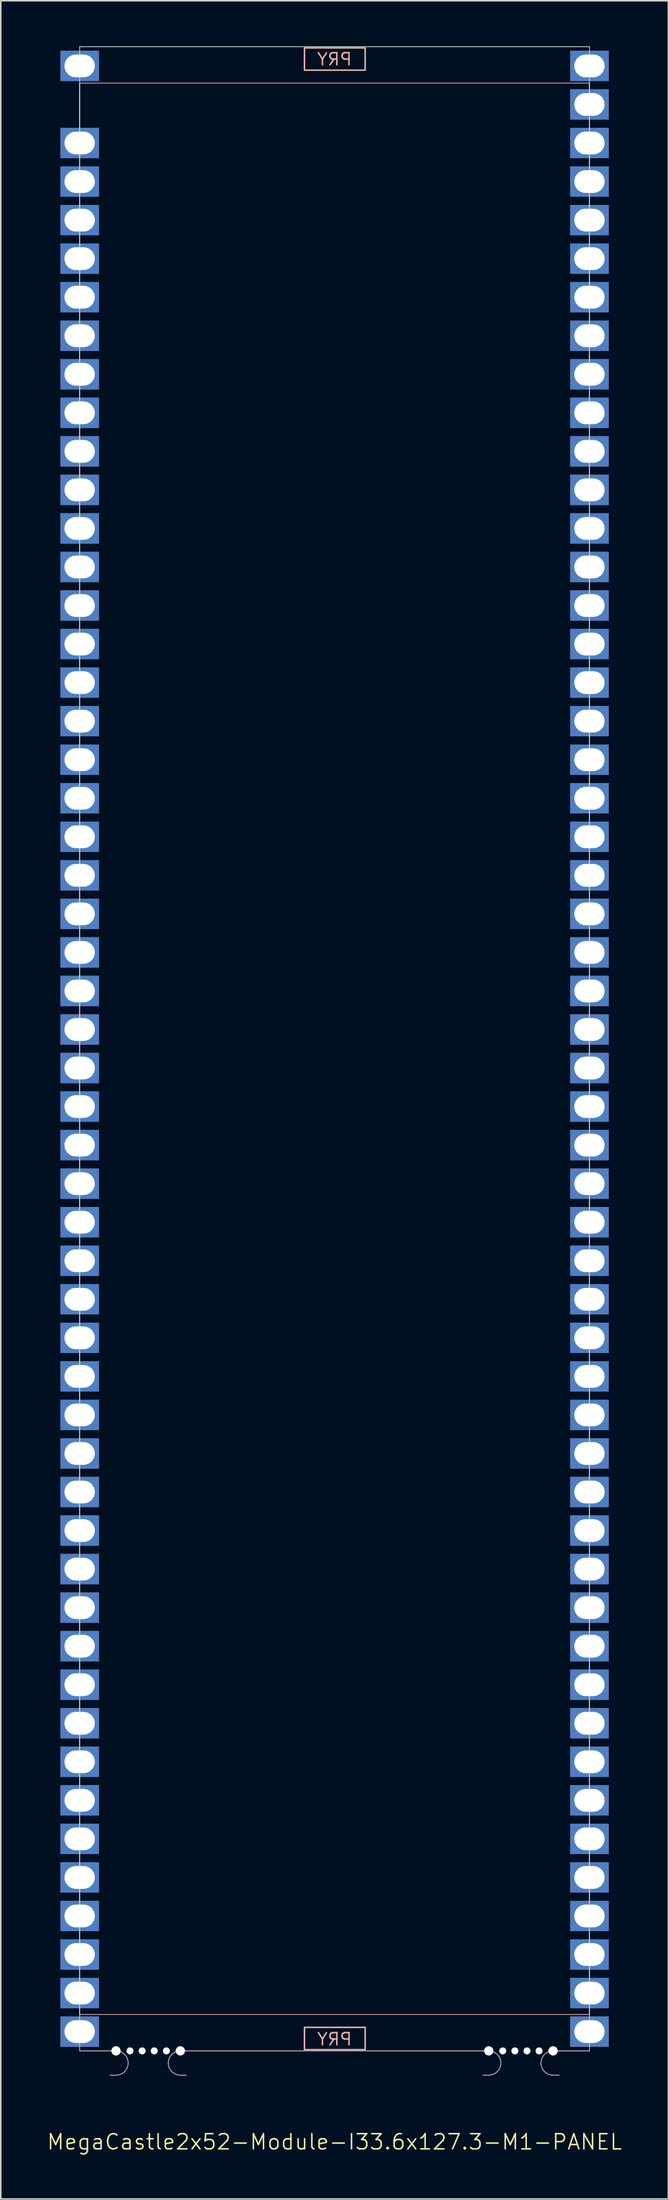
<source format=kicad_pcb>
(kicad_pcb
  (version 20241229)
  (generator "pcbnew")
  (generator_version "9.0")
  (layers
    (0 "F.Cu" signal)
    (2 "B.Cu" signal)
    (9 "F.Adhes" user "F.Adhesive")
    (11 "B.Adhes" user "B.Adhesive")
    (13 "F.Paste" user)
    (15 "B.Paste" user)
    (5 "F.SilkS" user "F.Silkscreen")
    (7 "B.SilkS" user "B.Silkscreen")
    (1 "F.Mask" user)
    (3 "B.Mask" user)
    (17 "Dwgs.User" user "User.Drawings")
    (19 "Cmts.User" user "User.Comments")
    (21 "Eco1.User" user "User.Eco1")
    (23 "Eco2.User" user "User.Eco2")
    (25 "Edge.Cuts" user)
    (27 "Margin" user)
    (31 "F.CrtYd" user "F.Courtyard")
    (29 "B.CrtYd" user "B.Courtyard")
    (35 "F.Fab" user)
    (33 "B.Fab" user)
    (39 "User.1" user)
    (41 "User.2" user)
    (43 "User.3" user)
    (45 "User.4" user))
  (footprint "MegaCastle2x52-Module-I33.6x127.3-M1-PANEL"
    (layer "F.Cu")
    (at 19.026 66.065)
    (property "Reference" "MegaCastle2x52-Module-I33.6x127.3-M1-PANEL" (at 0 72.04 0) (unlocked yes) (layer "F.SilkS") (effects (font (size 1 1) (thickness 0.1))))
    (attr smd)
    (fp_rect (start -16.82 63.64) (end 16.82 -63.64) (stroke (width 0.05) (type default)) (fill no) (layer "B.SilkS"))
    (fp_rect (start -1.984 -64.491) (end 2.02 -65.96) (stroke (width 0.1) (type default)) (fill no) (layer "B.SilkS"))
    (fp_rect (start -1.984 64.491) (end 2.02 65.96) (stroke (width 0.1) (type default)) (fill no) (layer "B.SilkS"))
    (fp_line (start -16.82 -66.04) (end -16.82 66.04) (stroke (width 0.05) (type default)) (layer "Edge.Cuts"))
    (fp_line (start -16.82 -66.04) (end 16.82 -66.04) (stroke (width 0.05) (type default)) (layer "Edge.Cuts"))
    (fp_line (start -16.82 66.04) (end -14.82 66.04) (stroke (width 0.05) (type default)) (layer "Edge.Cuts"))
    (fp_line (start -14.82 66.04) (end -14.42 66.04) (stroke (width 0.05) (type default)) (layer "Edge.Cuts"))
    (fp_line (start -14.82 67.64) (end -14.42 67.64) (stroke (width 0.05) (type default)) (layer "Edge.Cuts"))
    (fp_line (start -9.775 66.04) (end -10.175 66.04) (stroke (width 0.05) (type default)) (layer "Edge.Cuts"))
    (fp_line (start -9.775 66.04) (end 9.775 66.04) (stroke (width 0.05) (type default)) (layer "Edge.Cuts"))
    (fp_line (start -9.775 67.64) (end -10.175 67.64) (stroke (width 0.05) (type default)) (layer "Edge.Cuts"))
    (fp_line (start 9.775 66.04) (end 10.175 66.04) (stroke (width 0.05) (type default)) (layer "Edge.Cuts"))
    (fp_line (start 9.775 67.64) (end 10.175 67.64) (stroke (width 0.05) (type default)) (layer "Edge.Cuts"))
    (fp_line (start 14.82 66.04) (end 14.42 66.04) (stroke (width 0.05) (type default)) (layer "Edge.Cuts"))
    (fp_line (start 14.82 66.04) (end 16.82 66.04) (stroke (width 0.05) (type default)) (layer "Edge.Cuts"))
    (fp_line (start 14.82 67.64) (end 14.42 67.64) (stroke (width 0.05) (type default)) (layer "Edge.Cuts"))
    (fp_line (start 16.82 -66.04) (end 16.82 66.04) (stroke (width 0.05) (type default)) (layer "Edge.Cuts"))
    (fp_arc (start -14.42 66.040001) (mid -13.62 66.839996) (end -14.42 67.639999) (stroke (width 0.05) (type default)) (layer "Edge.Cuts"))
    (fp_arc (start -10.174999 67.639999) (mid -10.974999 66.84) (end -10.174999 66.040001) (stroke (width 0.05) (type default)) (layer "Edge.Cuts"))
    (fp_arc (start 10.174999 66.040001) (mid 10.974999 66.839996) (end 10.174999 67.639999) (stroke (width 0.05) (type default)) (layer "Edge.Cuts"))
    (fp_arc (start 14.42 67.639999) (mid 13.620001 66.84) (end 14.42 66.040001) (stroke (width 0.05) (type default)) (layer "Edge.Cuts"))
    (fp_text user "PRY" (at 0 -64.74 0) (unlocked yes) (layer "B.SilkS") (effects (font (size 0.8 0.8) (thickness 0.1)) (justify bottom mirror)))
    (fp_text user "PRY" (at 0 65.74 0) (unlocked yes) (layer "B.SilkS") (effects (font (size 0.8 0.8) (thickness 0.1)) (justify bottom mirror)))
    (pad "" np_thru_hole circle (at -14.42 66.04) (size 0.6 0.6) (drill 0.6) (layers "*.Cu" "Edge.Cuts"))
    (pad "" np_thru_hole circle (at -13.497 66.04) (size 0.45 0.45) (drill 0.45) (layers "*.Cu" "Edge.Cuts"))
    (pad "" np_thru_hole circle (at -12.697 66.04) (size 0.45 0.45) (drill 0.45) (layers "*.Cu" "Edge.Cuts"))
    (pad "" np_thru_hole circle (at -11.898 66.04) (size 0.45 0.45) (drill 0.45) (layers "*.Cu" "Edge.Cuts"))
    (pad "" np_thru_hole circle (at -11.098 66.04) (size 0.45 0.45) (drill 0.45) (layers "*.Cu" "Edge.Cuts"))
    (pad "" np_thru_hole circle (at -10.175 66.04) (size 0.6 0.6) (drill 0.6) (layers "*.Cu" "Edge.Cuts"))
    (pad "" np_thru_hole circle (at 10.175 66.04) (size 0.6 0.6) (drill 0.6) (layers "*.Cu" "Edge.Cuts"))
    (pad "" np_thru_hole circle (at 11.098 66.04) (size 0.45 0.45) (drill 0.45) (layers "*.Cu" "Edge.Cuts"))
    (pad "" np_thru_hole circle (at 11.897 66.04) (size 0.45 0.45) (drill 0.45) (layers "*.Cu" "Edge.Cuts"))
    (pad "" np_thru_hole circle (at 12.697 66.04) (size 0.45 0.45) (drill 0.45) (layers "*.Cu" "Edge.Cuts"))
    (pad "" np_thru_hole circle (at 13.497 66.04) (size 0.45 0.45) (drill 0.45) (layers "*.Cu" "Edge.Cuts"))
    (pad "" np_thru_hole circle (at 14.42 66.04) (size 0.6 0.6) (drill 0.6) (layers "*.Cu" "Edge.Cuts"))
    (pad "1" thru_hole rect (at -16.82 -64.77) (size 2.54 2) (drill oval 2 1.5) (property pad_prop_castellated) (layers "*.Cu" "*.Mask"))
    (pad "3" thru_hole rect (at -16.82 -59.69) (size 2.54 2) (drill oval 2 1.5) (property pad_prop_castellated) (layers "*.Cu" "*.Mask"))
    (pad "4" thru_hole rect (at -16.82 -57.15) (size 2.54 2) (drill oval 2 1.5) (property pad_prop_castellated) (layers "*.Cu" "*.Mask"))
    (pad "5" thru_hole rect (at -16.82 -54.61) (size 2.54 2) (drill oval 2 1.5) (property pad_prop_castellated) (layers "*.Cu" "*.Mask"))
    (pad "6" thru_hole rect (at -16.82 -52.07) (size 2.54 2) (drill oval 2 1.5) (property pad_prop_castellated) (layers "*.Cu" "*.Mask"))
    (pad "7" thru_hole rect (at -16.82 -49.53) (size 2.54 2) (drill oval 2 1.5) (property pad_prop_castellated) (layers "*.Cu" "*.Mask"))
    (pad "8" thru_hole rect (at -16.82 -46.99) (size 2.54 2) (drill oval 2 1.5) (property pad_prop_castellated) (layers "*.Cu" "*.Mask"))
    (pad "9" thru_hole rect (at -16.82 -44.45) (size 2.54 2) (drill oval 2 1.5) (property pad_prop_castellated) (layers "*.Cu" "*.Mask"))
    (pad "10" thru_hole rect (at -16.82 -41.91) (size 2.54 2) (drill oval 2 1.5) (property pad_prop_castellated) (layers "*.Cu" "*.Mask"))
    (pad "11" thru_hole rect (at -16.82 -39.37) (size 2.54 2) (drill oval 2 1.5) (property pad_prop_castellated) (layers "*.Cu" "*.Mask"))
    (pad "12" thru_hole rect (at -16.82 -36.83) (size 2.54 2) (drill oval 2 1.5) (property pad_prop_castellated) (layers "*.Cu" "*.Mask"))
    (pad "13" thru_hole rect (at -16.82 -34.29) (size 2.54 2) (drill oval 2 1.5) (property pad_prop_castellated) (layers "*.Cu" "*.Mask"))
    (pad "14" thru_hole rect (at -16.82 -31.75) (size 2.54 2) (drill oval 2 1.5) (property pad_prop_castellated) (layers "*.Cu" "*.Mask"))
    (pad "15" thru_hole rect (at -16.82 -29.21) (size 2.54 2) (drill oval 2 1.5) (property pad_prop_castellated) (layers "*.Cu" "*.Mask"))
    (pad "16" thru_hole rect (at -16.82 -26.67) (size 2.54 2) (drill oval 2 1.5) (property pad_prop_castellated) (layers "*.Cu" "*.Mask"))
    (pad "17" thru_hole rect (at -16.82 -24.13) (size 2.54 2) (drill oval 2 1.5) (property pad_prop_castellated) (layers "*.Cu" "*.Mask"))
    (pad "18" thru_hole rect (at -16.82 -21.59) (size 2.54 2) (drill oval 2 1.5) (property pad_prop_castellated) (layers "*.Cu" "*.Mask"))
    (pad "19" thru_hole rect (at -16.82 -19.05) (size 2.54 2) (drill oval 2 1.5) (property pad_prop_castellated) (layers "*.Cu" "*.Mask"))
    (pad "20" thru_hole rect (at -16.82 -16.51) (size 2.54 2) (drill oval 2 1.5) (property pad_prop_castellated) (layers "*.Cu" "*.Mask"))
    (pad "21" thru_hole rect (at -16.82 -13.97) (size 2.54 2) (drill oval 2 1.5) (property pad_prop_castellated) (layers "*.Cu" "*.Mask"))
    (pad "22" thru_hole rect (at -16.82 -11.43) (size 2.54 2) (drill oval 2 1.5) (property pad_prop_castellated) (layers "*.Cu" "*.Mask"))
    (pad "23" thru_hole rect (at -16.82 -8.89) (size 2.54 2) (drill oval 2 1.5) (property pad_prop_castellated) (layers "*.Cu" "*.Mask"))
    (pad "24" thru_hole rect (at -16.82 -6.35) (size 2.54 2) (drill oval 2 1.5) (property pad_prop_castellated) (layers "*.Cu" "*.Mask"))
    (pad "25" thru_hole rect (at -16.82 -3.81) (size 2.54 2) (drill oval 2 1.5) (property pad_prop_castellated) (layers "*.Cu" "*.Mask"))
    (pad "26" thru_hole rect (at -16.82 -1.27) (size 2.54 2) (drill oval 2 1.5) (property pad_prop_castellated) (layers "*.Cu" "*.Mask"))
    (pad "27" thru_hole rect (at -16.82 1.27) (size 2.54 2) (drill oval 2 1.5) (property pad_prop_castellated) (layers "*.Cu" "*.Mask"))
    (pad "28" thru_hole rect (at -16.82 3.81) (size 2.54 2) (drill oval 2 1.5) (property pad_prop_castellated) (layers "*.Cu" "*.Mask"))
    (pad "29" thru_hole rect (at -16.82 6.35) (size 2.54 2) (drill oval 2 1.5) (property pad_prop_castellated) (layers "*.Cu" "*.Mask"))
    (pad "30" thru_hole rect (at -16.82 8.89) (size 2.54 2) (drill oval 2 1.5) (property pad_prop_castellated) (layers "*.Cu" "*.Mask"))
    (pad "31" thru_hole rect (at -16.82 11.43) (size 2.54 2) (drill oval 2 1.5) (property pad_prop_castellated) (layers "*.Cu" "*.Mask"))
    (pad "32" thru_hole rect (at -16.82 13.97) (size 2.54 2) (drill oval 2 1.5) (property pad_prop_castellated) (layers "*.Cu" "*.Mask"))
    (pad "33" thru_hole rect (at -16.82 16.51) (size 2.54 2) (drill oval 2 1.5) (property pad_prop_castellated) (layers "*.Cu" "*.Mask"))
    (pad "34" thru_hole rect (at -16.82 19.05) (size 2.54 2) (drill oval 2 1.5) (property pad_prop_castellated) (layers "*.Cu" "*.Mask"))
    (pad "35" thru_hole rect (at -16.82 21.59) (size 2.54 2) (drill oval 2 1.5) (property pad_prop_castellated) (layers "*.Cu" "*.Mask"))
    (pad "36" thru_hole rect (at -16.82 24.13) (size 2.54 2) (drill oval 2 1.5) (property pad_prop_castellated) (layers "*.Cu" "*.Mask"))
    (pad "37" thru_hole rect (at -16.82 26.67) (size 2.54 2) (drill oval 2 1.5) (property pad_prop_castellated) (layers "*.Cu" "*.Mask"))
    (pad "38" thru_hole rect (at -16.82 29.21) (size 2.54 2) (drill oval 2 1.5) (property pad_prop_castellated) (layers "*.Cu" "*.Mask"))
    (pad "39" thru_hole rect (at -16.82 31.75) (size 2.54 2) (drill oval 2 1.5) (property pad_prop_castellated) (layers "*.Cu" "*.Mask"))
    (pad "40" thru_hole rect (at -16.82 34.29) (size 2.54 2) (drill oval 2 1.5) (property pad_prop_castellated) (layers "*.Cu" "*.Mask"))
    (pad "41" thru_hole rect (at -16.82 36.83) (size 2.54 2) (drill oval 2 1.5) (property pad_prop_castellated) (layers "*.Cu" "*.Mask"))
    (pad "42" thru_hole rect (at -16.82 39.37) (size 2.54 2) (drill oval 2 1.5) (property pad_prop_castellated) (layers "*.Cu" "*.Mask"))
    (pad "43" thru_hole rect (at -16.82 41.91) (size 2.54 2) (drill oval 2 1.5) (property pad_prop_castellated) (layers "*.Cu" "*.Mask"))
    (pad "44" thru_hole rect (at -16.82 44.45) (size 2.54 2) (drill oval 2 1.5) (property pad_prop_castellated) (layers "*.Cu" "*.Mask"))
    (pad "45" thru_hole rect (at -16.82 46.99) (size 2.54 2) (drill oval 2 1.5) (property pad_prop_castellated) (layers "*.Cu" "*.Mask"))
    (pad "46" thru_hole rect (at -16.82 49.53) (size 2.54 2) (drill oval 2 1.5) (property pad_prop_castellated) (layers "*.Cu" "*.Mask"))
    (pad "47" thru_hole rect (at -16.82 52.07) (size 2.54 2) (drill oval 2 1.5) (property pad_prop_castellated) (layers "*.Cu" "*.Mask"))
    (pad "48" thru_hole rect (at -16.82 54.61) (size 2.54 2) (drill oval 2 1.5) (property pad_prop_castellated) (layers "*.Cu" "*.Mask"))
    (pad "49" thru_hole rect (at -16.82 57.15) (size 2.54 2) (drill oval 2 1.5) (property pad_prop_castellated) (layers "*.Cu" "*.Mask"))
    (pad "50" thru_hole rect (at -16.82 59.69) (size 2.54 2) (drill oval 2 1.5) (property pad_prop_castellated) (layers "*.Cu" "*.Mask"))
    (pad "51" thru_hole rect (at -16.82 62.23) (size 2.54 2) (drill oval 2 1.5) (property pad_prop_castellated) (layers "*.Cu" "*.Mask"))
    (pad "52" thru_hole rect (at -16.82 64.77) (size 2.54 2) (drill oval 2 1.5) (property pad_prop_castellated) (layers "*.Cu" "*.Mask"))
    (pad "53" thru_hole rect (at 16.82 -64.77) (size 2.54 2) (drill oval 2 1.5) (property pad_prop_castellated) (layers "*.Cu" "*.Mask"))
    (pad "54" thru_hole rect (at 16.82 -62.23) (size 2.54 2) (drill oval 2 1.5) (property pad_prop_castellated) (layers "*.Cu" "*.Mask"))
    (pad "55" thru_hole rect (at 16.82 -59.69) (size 2.54 2) (drill oval 2 1.5) (property pad_prop_castellated) (layers "*.Cu" "*.Mask"))
    (pad "56" thru_hole rect (at 16.82 -57.15) (size 2.54 2) (drill oval 2 1.5) (property pad_prop_castellated) (layers "*.Cu" "*.Mask"))
    (pad "57" thru_hole rect (at 16.82 -54.61) (size 2.54 2) (drill oval 2 1.5) (property pad_prop_castellated) (layers "*.Cu" "*.Mask"))
    (pad "58" thru_hole rect (at 16.82 -52.07) (size 2.54 2) (drill oval 2 1.5) (property pad_prop_castellated) (layers "*.Cu" "*.Mask"))
    (pad "59" thru_hole rect (at 16.82 -49.53) (size 2.54 2) (drill oval 2 1.5) (property pad_prop_castellated) (layers "*.Cu" "*.Mask"))
    (pad "60" thru_hole rect (at 16.82 -46.99) (size 2.54 2) (drill oval 2 1.5) (property pad_prop_castellated) (layers "*.Cu" "*.Mask"))
    (pad "61" thru_hole rect (at 16.82 -44.45) (size 2.54 2) (drill oval 2 1.5) (property pad_prop_castellated) (layers "*.Cu" "*.Mask"))
    (pad "62" thru_hole rect (at 16.82 -41.91) (size 2.54 2) (drill oval 2 1.5) (property pad_prop_castellated) (layers "*.Cu" "*.Mask"))
    (pad "63" thru_hole rect (at 16.82 -39.37) (size 2.54 2) (drill oval 2 1.5) (property pad_prop_castellated) (layers "*.Cu" "*.Mask"))
    (pad "64" thru_hole rect (at 16.82 -36.83) (size 2.54 2) (drill oval 2 1.5) (property pad_prop_castellated) (layers "*.Cu" "*.Mask"))
    (pad "65" thru_hole rect (at 16.82 -34.29) (size 2.54 2) (drill oval 2 1.5) (property pad_prop_castellated) (layers "*.Cu" "*.Mask"))
    (pad "66" thru_hole rect (at 16.82 -31.75) (size 2.54 2) (drill oval 2 1.5) (property pad_prop_castellated) (layers "*.Cu" "*.Mask"))
    (pad "67" thru_hole rect (at 16.82 -29.21) (size 2.54 2) (drill oval 2 1.5) (property pad_prop_castellated) (layers "*.Cu" "*.Mask"))
    (pad "68" thru_hole rect (at 16.82 -26.67) (size 2.54 2) (drill oval 2 1.5) (property pad_prop_castellated) (layers "*.Cu" "*.Mask"))
    (pad "69" thru_hole rect (at 16.82 -24.13) (size 2.54 2) (drill oval 2 1.5) (property pad_prop_castellated) (layers "*.Cu" "*.Mask"))
    (pad "70" thru_hole rect (at 16.82 -21.59) (size 2.54 2) (drill oval 2 1.5) (property pad_prop_castellated) (layers "*.Cu" "*.Mask"))
    (pad "71" thru_hole rect (at 16.82 -19.05) (size 2.54 2) (drill oval 2 1.5) (property pad_prop_castellated) (layers "*.Cu" "*.Mask"))
    (pad "72" thru_hole rect (at 16.82 -16.51) (size 2.54 2) (drill oval 2 1.5) (property pad_prop_castellated) (layers "*.Cu" "*.Mask"))
    (pad "73" thru_hole rect (at 16.82 -13.97) (size 2.54 2) (drill oval 2 1.5) (property pad_prop_castellated) (layers "*.Cu" "*.Mask"))
    (pad "74" thru_hole rect (at 16.82 -11.43) (size 2.54 2) (drill oval 2 1.5) (property pad_prop_castellated) (layers "*.Cu" "*.Mask"))
    (pad "75" thru_hole rect (at 16.82 -8.89) (size 2.54 2) (drill oval 2 1.5) (property pad_prop_castellated) (layers "*.Cu" "*.Mask"))
    (pad "76" thru_hole rect (at 16.82 -6.35) (size 2.54 2) (drill oval 2 1.5) (property pad_prop_castellated) (layers "*.Cu" "*.Mask"))
    (pad "77" thru_hole rect (at 16.82 -3.81) (size 2.54 2) (drill oval 2 1.5) (property pad_prop_castellated) (layers "*.Cu" "*.Mask"))
    (pad "78" thru_hole rect (at 16.82 -1.27) (size 2.54 2) (drill oval 2 1.5) (property pad_prop_castellated) (layers "*.Cu" "*.Mask"))
    (pad "79" thru_hole rect (at 16.82 1.27) (size 2.54 2) (drill oval 2 1.5) (property pad_prop_castellated) (layers "*.Cu" "*.Mask"))
    (pad "80" thru_hole rect (at 16.82 3.81) (size 2.54 2) (drill oval 2 1.5) (property pad_prop_castellated) (layers "*.Cu" "*.Mask"))
    (pad "81" thru_hole rect (at 16.82 6.35) (size 2.54 2) (drill oval 2 1.5) (property pad_prop_castellated) (layers "*.Cu" "*.Mask"))
    (pad "82" thru_hole rect (at 16.82 8.89) (size 2.54 2) (drill oval 2 1.5) (property pad_prop_castellated) (layers "*.Cu" "*.Mask"))
    (pad "83" thru_hole rect (at 16.82 11.43) (size 2.54 2) (drill oval 2 1.5) (property pad_prop_castellated) (layers "*.Cu" "*.Mask"))
    (pad "84" thru_hole rect (at 16.82 13.97) (size 2.54 2) (drill oval 2 1.5) (property pad_prop_castellated) (layers "*.Cu" "*.Mask"))
    (pad "85" thru_hole rect (at 16.82 16.51) (size 2.54 2) (drill oval 2 1.5) (property pad_prop_castellated) (layers "*.Cu" "*.Mask"))
    (pad "86" thru_hole rect (at 16.82 19.05) (size 2.54 2) (drill oval 2 1.5) (property pad_prop_castellated) (layers "*.Cu" "*.Mask"))
    (pad "87" thru_hole rect (at 16.82 21.59) (size 2.54 2) (drill oval 2 1.5) (property pad_prop_castellated) (layers "*.Cu" "*.Mask"))
    (pad "88" thru_hole rect (at 16.82 24.13) (size 2.54 2) (drill oval 2 1.5) (property pad_prop_castellated) (layers "*.Cu" "*.Mask"))
    (pad "89" thru_hole rect (at 16.82 26.67) (size 2.54 2) (drill oval 2 1.5) (property pad_prop_castellated) (layers "*.Cu" "*.Mask"))
    (pad "90" thru_hole rect (at 16.82 29.21) (size 2.54 2) (drill oval 2 1.5) (property pad_prop_castellated) (layers "*.Cu" "*.Mask"))
    (pad "91" thru_hole rect (at 16.82 31.75) (size 2.54 2) (drill oval 2 1.5) (property pad_prop_castellated) (layers "*.Cu" "*.Mask"))
    (pad "92" thru_hole rect (at 16.82 34.29) (size 2.54 2) (drill oval 2 1.5) (property pad_prop_castellated) (layers "*.Cu" "*.Mask"))
    (pad "93" thru_hole rect (at 16.82 36.83) (size 2.54 2) (drill oval 2 1.5) (property pad_prop_castellated) (layers "*.Cu" "*.Mask"))
    (pad "94" thru_hole rect (at 16.82 39.37) (size 2.54 2) (drill oval 2 1.5) (property pad_prop_castellated) (layers "*.Cu" "*.Mask"))
    (pad "95" thru_hole rect (at 16.82 41.91) (size 2.54 2) (drill oval 2 1.5) (property pad_prop_castellated) (layers "*.Cu" "*.Mask"))
    (pad "96" thru_hole rect (at 16.82 44.45) (size 2.54 2) (drill oval 2 1.5) (property pad_prop_castellated) (layers "*.Cu" "*.Mask"))
    (pad "97" thru_hole rect (at 16.82 46.99) (size 2.54 2) (drill oval 2 1.5) (property pad_prop_castellated) (layers "*.Cu" "*.Mask"))
    (pad "98" thru_hole rect (at 16.82 49.53) (size 2.54 2) (drill oval 2 1.5) (property pad_prop_castellated) (layers "*.Cu" "*.Mask"))
    (pad "99" thru_hole rect (at 16.82 52.07) (size 2.54 2) (drill oval 2 1.5) (property pad_prop_castellated) (layers "*.Cu" "*.Mask"))
    (pad "100" thru_hole rect (at 16.82 54.61) (size 2.54 2) (drill oval 2 1.5) (property pad_prop_castellated) (layers "*.Cu" "*.Mask"))
    (pad "101" thru_hole rect (at 16.82 57.15) (size 2.54 2) (drill oval 2 1.5) (property pad_prop_castellated) (layers "*.Cu" "*.Mask"))
    (pad "102" thru_hole rect (at 16.82 59.69) (size 2.54 2) (drill oval 2 1.5) (property pad_prop_castellated) (layers "*.Cu" "*.Mask"))
    (pad "103" thru_hole rect (at 16.82 62.23) (size 2.54 2) (drill oval 2 1.5) (property pad_prop_castellated) (layers "*.Cu" "*.Mask"))
    (pad "104" thru_hole rect (at 16.82 64.77) (size 2.54 2) (drill oval 2 1.5) (property pad_prop_castellated) (layers "*.Cu" "*.Mask"))
    (zone (net_name "") (layer "B.Cu") (hatch edge 0.5) (connect_pads) (min_thickness 0.25) (filled_areas_thickness no) (keepout (tracks allowed) (vias allowed) (pads allowed) (copperpour allowed) (footprints not_allowed)) (placement (enabled no)) (fill) (polygon (pts (xy 2.206 132.105) (xy 2.206 0.025))))
    (zone (net_name "") (layer "B.Cu") (hatch edge 0.5) (connect_pads) (min_thickness 0.25) (filled_areas_thickness no) (keepout (tracks allowed) (vias allowed) (pads allowed) (copperpour allowed) (footprints not_allowed)) (placement (enabled no)) (fill) (polygon (pts (xy 35.846 132.105) (xy 35.846 0.025))))
    (zone (net_name "") (layer "B.Cu") (hatch edge 0.5) (connect_pads) (min_thickness 0.25) (filled_areas_thickness no) (keepout (tracks allowed) (vias allowed) (pads allowed) (copperpour allowed) (footprints not_allowed)) (placement (enabled no)) (fill) (polygon (pts (xy 2.206 0.025) (xy 2.206 2.425) (xy 35.846 2.425) (xy 35.846 0.025))))
    (zone (net_name "") (layer "B.Cu") (hatch edge 0.5) (connect_pads) (min_thickness 0.25) (filled_areas_thickness no) (keepout (tracks allowed) (vias allowed) (pads allowed) (copperpour allowed) (footprints not_allowed)) (placement (enabled no)) (fill) (polygon (pts (xy 2.206 132.105) (xy 2.206 129.705) (xy 35.846 129.705) (xy 35.846 132.105))))
    (zone (net_name "") (layer "B.Cu") (name "Upper Pry Zone") (hatch edge 0.5) (connect_pads) (min_thickness 0.25) (filled_areas_thickness no) (keepout (tracks not_allowed) (vias not_allowed) (pads not_allowed) (copperpour allowed) (footprints not_allowed)) (placement (enabled no)) (fill) (polygon (pts (xy 17.042 1.574) (xy 17.042 0.105) (xy 21.046 0.105) (xy 21.046 1.574))))
    (zone (net_name "") (layer "B.Cu") (name "Upper Pry Zone") (hatch edge 0.5) (connect_pads) (min_thickness 0.25) (filled_areas_thickness no) (keepout (tracks not_allowed) (vias not_allowed) (pads not_allowed) (copperpour allowed) (footprints not_allowed)) (placement (enabled no)) (fill) (polygon (pts (xy 17.042 130.556) (xy 17.042 132.025) (xy 21.046 132.025) (xy 21.046 130.556)))))
  (gr_rect
    (start -3 -3)
    (end 41.052 141.866)
    (stroke (width 0.1) (type default))
    (fill no)
    (layer "Edge.Cuts")))
</source>
